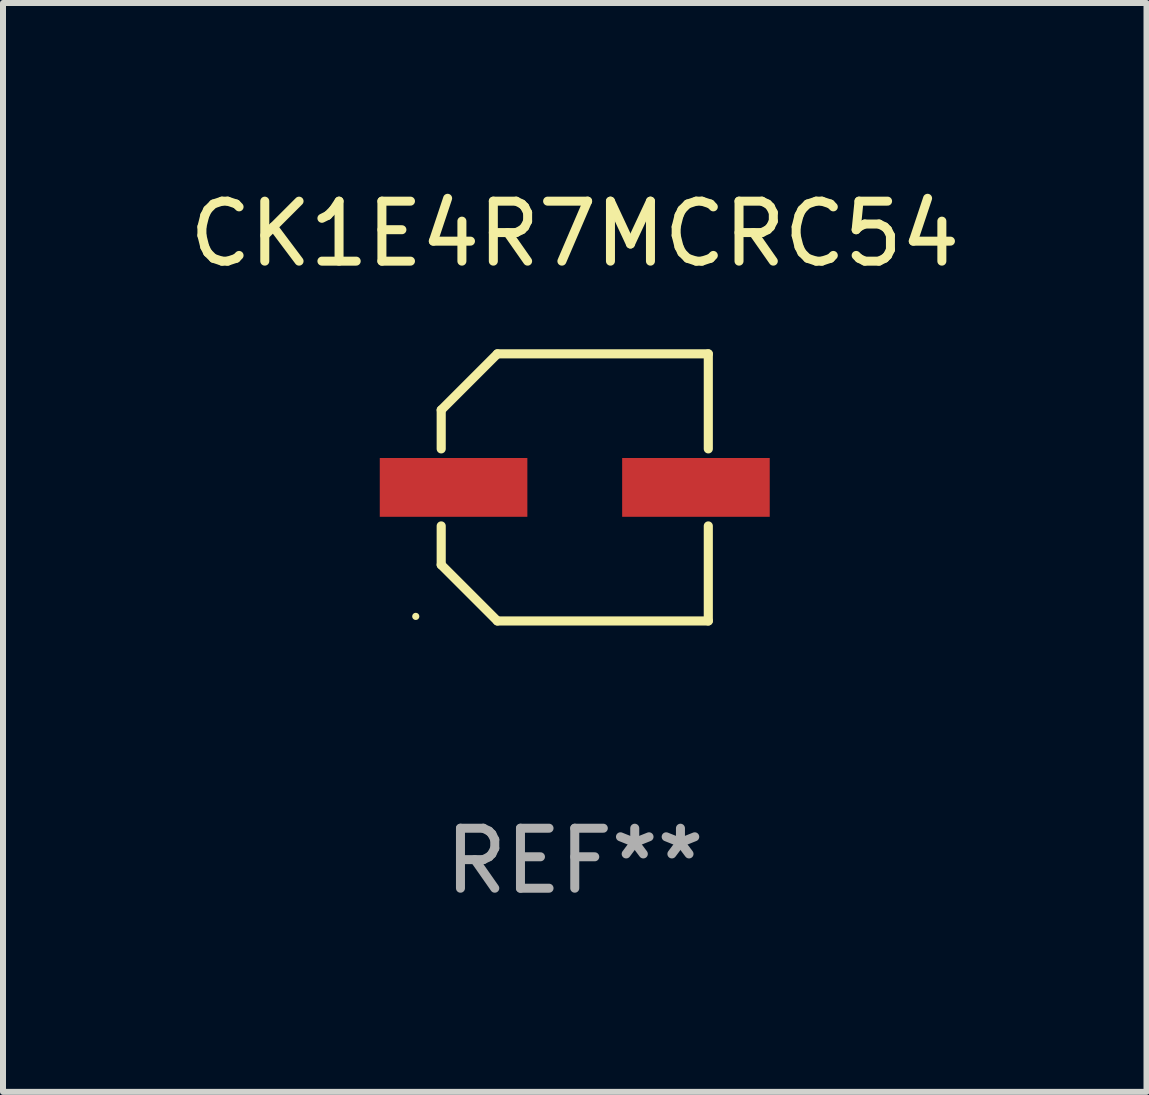
<source format=kicad_pcb>
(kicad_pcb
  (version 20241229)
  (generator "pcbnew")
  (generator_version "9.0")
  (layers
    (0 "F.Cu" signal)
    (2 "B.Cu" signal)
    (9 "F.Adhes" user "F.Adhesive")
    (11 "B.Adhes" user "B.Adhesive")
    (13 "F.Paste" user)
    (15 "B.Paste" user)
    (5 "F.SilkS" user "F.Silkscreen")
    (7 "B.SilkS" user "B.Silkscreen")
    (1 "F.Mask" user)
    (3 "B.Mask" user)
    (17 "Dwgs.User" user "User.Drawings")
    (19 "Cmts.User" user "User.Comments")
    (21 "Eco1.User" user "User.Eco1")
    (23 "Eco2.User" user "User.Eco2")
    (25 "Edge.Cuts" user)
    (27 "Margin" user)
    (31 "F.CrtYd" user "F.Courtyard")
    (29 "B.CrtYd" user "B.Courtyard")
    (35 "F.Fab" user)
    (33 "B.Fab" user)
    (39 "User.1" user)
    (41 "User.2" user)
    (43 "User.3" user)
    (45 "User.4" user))
  (footprint "CK1E4R7MCRC54"
    (layer "F.Cu")
    (at 6.53 5.074)
    (property "Reference" "CK1E4R7MCRC54" (at 0 -4.226 0) (layer "F.SilkS") (effects (font (size 1 1) (thickness 0.15))))
    (attr through_hole)
    (fp_line (start -2.226 -1.29) (end -1.29 -2.226) (stroke (width 0.152) (type solid)) (layer "F.SilkS"))
    (fp_line (start -2.226 -0.642) (end -2.226 -1.29) (stroke (width 0.152) (type solid)) (layer "F.SilkS"))
    (fp_line (start -2.226 0.642) (end -2.226 1.29) (stroke (width 0.152) (type solid)) (layer "F.SilkS"))
    (fp_line (start -2.226 1.29) (end -1.29 2.226) (stroke (width 0.152) (type solid)) (layer "F.SilkS"))
    (fp_line (start -1.29 -2.226) (end 2.226 -2.226) (stroke (width 0.152) (type solid)) (layer "F.SilkS"))
    (fp_line (start -1.29 2.226) (end 2.226 2.226) (stroke (width 0.152) (type solid)) (layer "F.SilkS"))
    (fp_line (start 2.226 -2.226) (end 2.226 -0.642) (stroke (width 0.152) (type solid)) (layer "F.SilkS"))
    (fp_line (start 2.226 2.226) (end 2.226 0.642) (stroke (width 0.152) (type solid)) (layer "F.SilkS"))
    (fp_circle (center -2.65 2.15) (end -2.62 2.15) (stroke (width 0.06) (type solid)) (fill no) (layer "F.SilkS"))
    (fp_text user "REF**" (at 0 6.226 0) (layer "F.Fab") (effects (font (size 1 1) (thickness 0.15))))
    (pad "1" smd rect (at -2.02 -0.000013) (size 2.46 0.98) (layers "F.Cu" "F.Mask" "F.Paste"))
    (pad "2" smd rect (at 2.02 -0.000013) (size 2.46 0.98) (layers "F.Cu" "F.Mask" "F.Paste")))
  (gr_rect
    (start -3 -3)
    (end 16.06 15.149)
    (stroke (width 0.1) (type default))
    (fill no)
    (layer "Edge.Cuts")))
</source>
